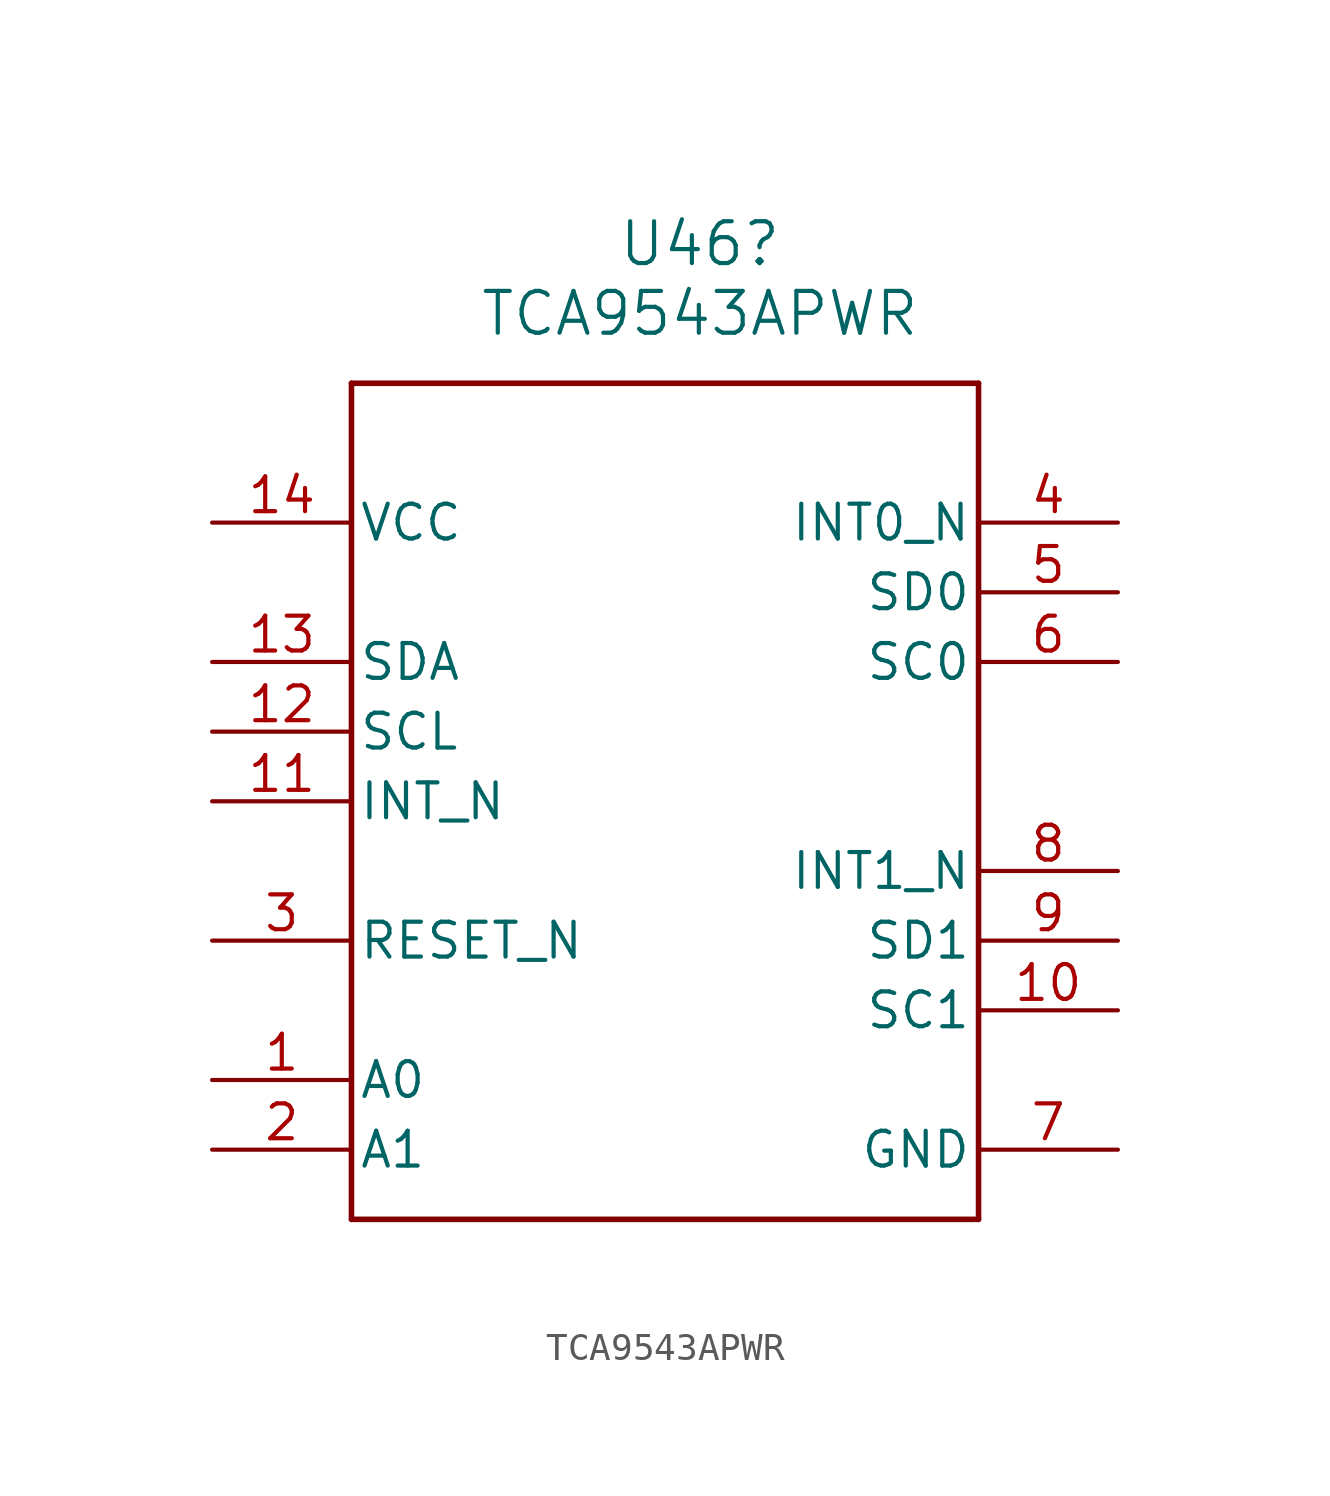
<source format=kicad_sym>
(kicad_symbol_lib
  (version 20231120)
  (generator "kicad_symbol_editor")
  (generator_version "8.0")
  (symbol "TCA9543APWR"
    (pin_names
      (offset 0.254))
    (property "Reference" "U46"
      (at 0 20.32 0)
      (effects (font (size 1.524 1.524))))
    (property "Value" "TCA9543APWR"
      (at 0 17.78 0)
      (effects (font (size 1.524 1.524))))
    (property "ki_locked" ""
      (at 0 0 0)
      (effects (font (size 1.27 1.27))))
    (symbol "TCA9543APWR_0_1"
      (polyline (pts (xy -12.7 -15.24) (xy 10.16 -15.24)) (stroke (width 0.203) (type default)) (fill (type none)))
      (polyline (pts (xy -12.7 15.24) (xy -12.7 -15.24)) (stroke (width 0.203) (type default)) (fill (type none)))
      (polyline (pts (xy 10.16 -15.24) (xy 10.16 15.24)) (stroke (width 0.203) (type default)) (fill (type none)))
      (polyline (pts (xy 10.16 15.24) (xy -12.7 15.24)) (stroke (width 0.203) (type default)) (fill (type none)))
      (pin input line (at -17.78 -10.16 0) (length 5.08) (name "A0" (effects (font (size 1.27 1.27)))) (number "1" (effects (font (size 1.27 1.27)))))
      (pin bidirectional line (at 15.24 -7.62 180) (length 5.08) (name "SC1" (effects (font (size 1.27 1.27)))) (number "10" (effects (font (size 1.27 1.27)))))
      (pin output line (at -17.78 0 0) (length 5.08) (name "INT_N" (effects (font (size 1.27 1.27)))) (number "11" (effects (font (size 1.27 1.27)))))
      (pin output line (at -17.78 2.54 0) (length 5.08) (name "SCL" (effects (font (size 1.27 1.27)))) (number "12" (effects (font (size 1.27 1.27)))))
      (pin output line (at -17.78 5.08 0) (length 5.08) (name "SDA" (effects (font (size 1.27 1.27)))) (number "13" (effects (font (size 1.27 1.27)))))
      (pin power_in line (at -17.78 10.16 0) (length 5.08) (name "VCC" (effects (font (size 1.27 1.27)))) (number "14" (effects (font (size 1.27 1.27)))))
      (pin input line (at -17.78 -12.7 0) (length 5.08) (name "A1" (effects (font (size 1.27 1.27)))) (number "2" (effects (font (size 1.27 1.27)))))
      (pin input line (at -17.78 -5.08 0) (length 5.08) (name "RESET_N" (effects (font (size 1.27 1.27)))) (number "3" (effects (font (size 1.27 1.27)))))
      (pin input line (at 15.24 10.16 180) (length 5.08) (name "INT0_N" (effects (font (size 1.27 1.27)))) (number "4" (effects (font (size 1.27 1.27)))))
      (pin bidirectional line (at 15.24 7.62 180) (length 5.08) (name "SD0" (effects (font (size 1.27 1.27)))) (number "5" (effects (font (size 1.27 1.27)))))
      (pin bidirectional line (at 15.24 5.08 180) (length 5.08) (name "SC0" (effects (font (size 1.27 1.27)))) (number "6" (effects (font (size 1.27 1.27)))))
      (pin power_in line (at 15.24 -12.7 180) (length 5.08) (name "GND" (effects (font (size 1.27 1.27)))) (number "7" (effects (font (size 1.27 1.27)))))
      (pin input line (at 15.24 -2.54 180) (length 5.08) (name "INT1_N" (effects (font (size 1.27 1.27)))) (number "8" (effects (font (size 1.27 1.27)))))
      (pin bidirectional line (at 15.24 -5.08 180) (length 5.08) (name "SD1" (effects (font (size 1.27 1.27)))) (number "9" (effects (font (size 1.27 1.27))))))))
</source>
